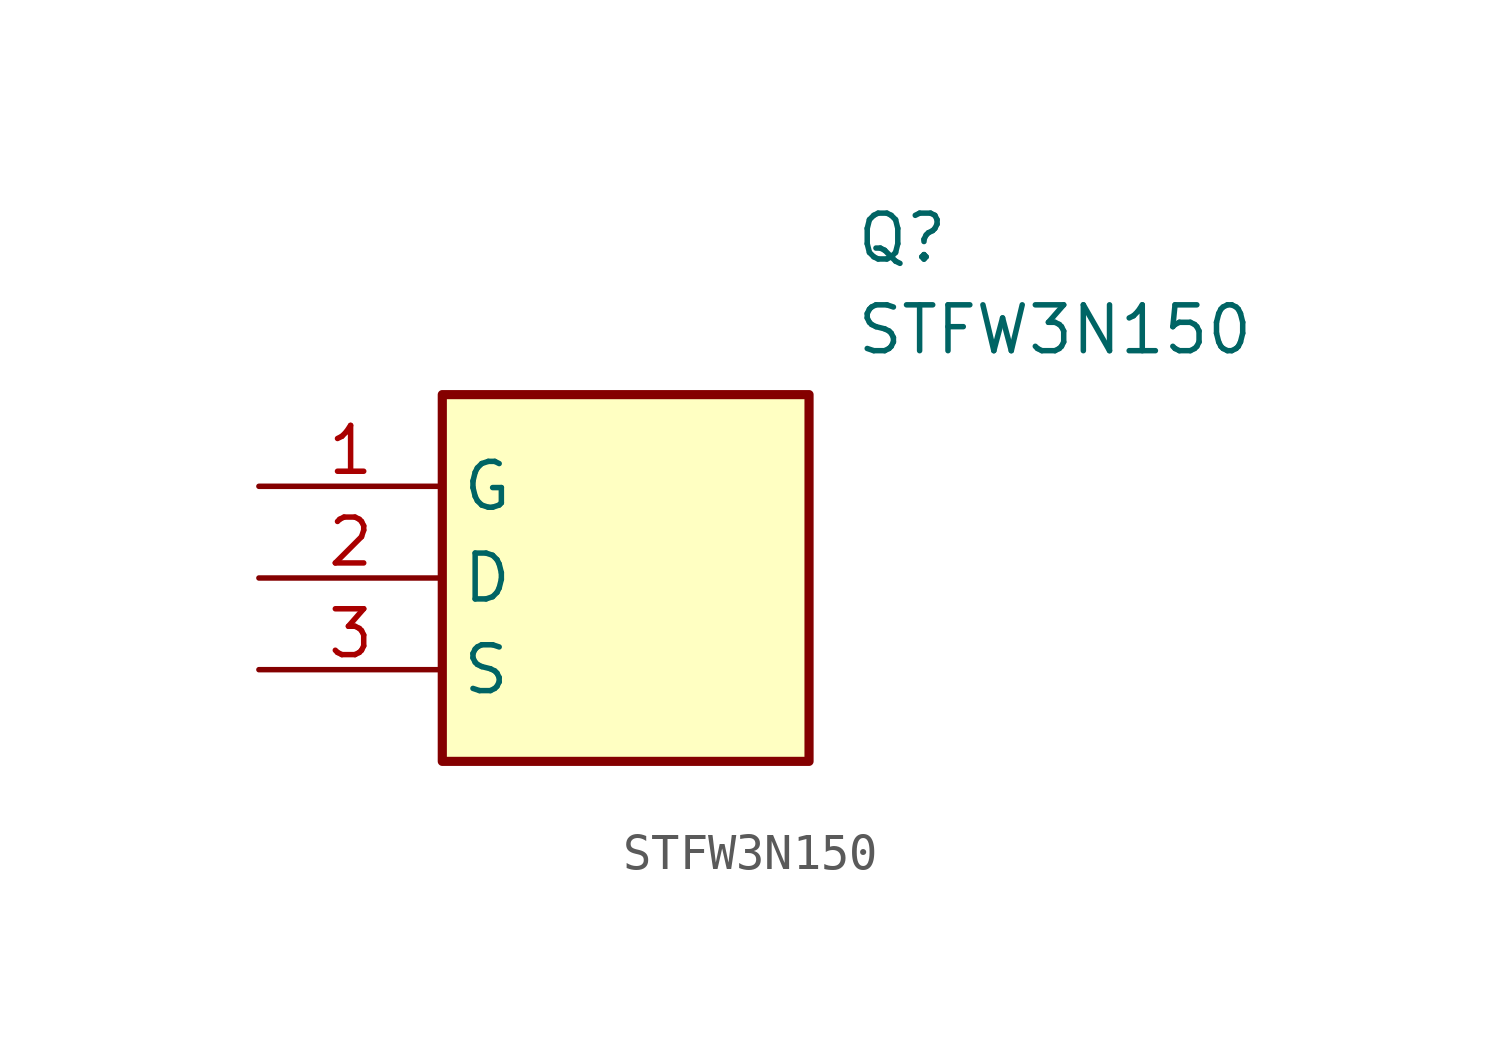
<source format=kicad_sym>
(kicad_symbol_lib
  (version 20211014)
  (generator SamacSys_ECAD_Model)
  (symbol "STFW3N150"
    (property "Reference" "Q"
      (at 16.51 7.62 0)
      (effects (font (size 1.27 1.27)) (justify left top)))
    (property "Value" "STFW3N150"
      (at 16.51 5.08 0)
      (effects (font (size 1.27 1.27)) (justify left top)))
    (rectangle
      (start 5.08 2.54)
      (end 15.24 -7.62)
      (stroke (width 0.254) (type default))
      (fill (type background)))
    (pin passive line
      (at 0 0 0)
      (length 5.08)
      (name "G" (effects (font (size 1.27 1.27))))
      (number "1" (effects (font (size 1.27 1.27)))))
    (pin passive line
      (at 0 -2.54 0)
      (length 5.08)
      (name "D" (effects (font (size 1.27 1.27))))
      (number "2" (effects (font (size 1.27 1.27)))))
    (pin passive line
      (at 0 -5.08 0)
      (length 5.08)
      (name "S" (effects (font (size 1.27 1.27))))
      (number "3" (effects (font (size 1.27 1.27)))))))
</source>
